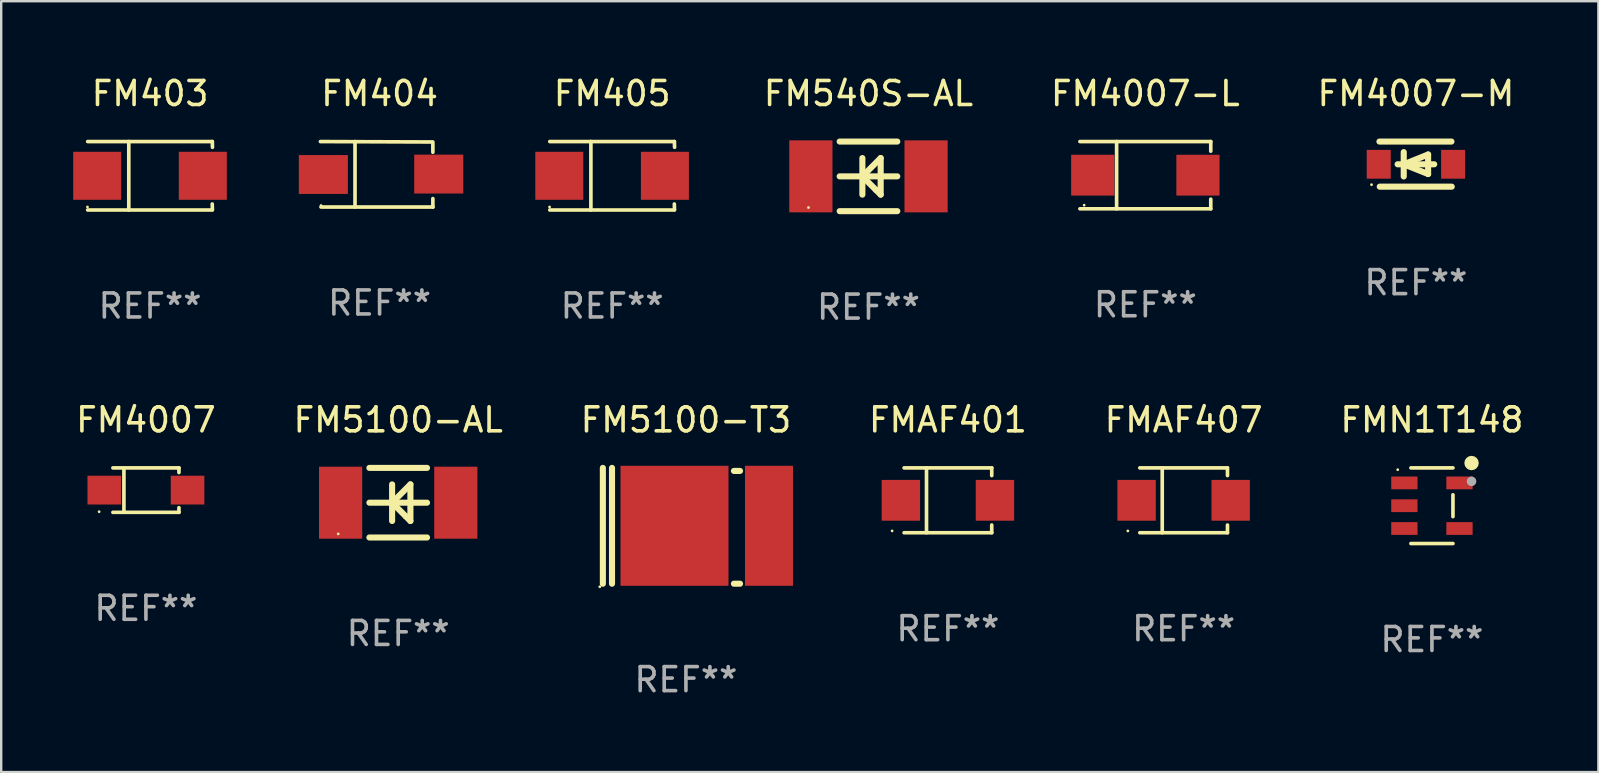
<source format=kicad_pcb>
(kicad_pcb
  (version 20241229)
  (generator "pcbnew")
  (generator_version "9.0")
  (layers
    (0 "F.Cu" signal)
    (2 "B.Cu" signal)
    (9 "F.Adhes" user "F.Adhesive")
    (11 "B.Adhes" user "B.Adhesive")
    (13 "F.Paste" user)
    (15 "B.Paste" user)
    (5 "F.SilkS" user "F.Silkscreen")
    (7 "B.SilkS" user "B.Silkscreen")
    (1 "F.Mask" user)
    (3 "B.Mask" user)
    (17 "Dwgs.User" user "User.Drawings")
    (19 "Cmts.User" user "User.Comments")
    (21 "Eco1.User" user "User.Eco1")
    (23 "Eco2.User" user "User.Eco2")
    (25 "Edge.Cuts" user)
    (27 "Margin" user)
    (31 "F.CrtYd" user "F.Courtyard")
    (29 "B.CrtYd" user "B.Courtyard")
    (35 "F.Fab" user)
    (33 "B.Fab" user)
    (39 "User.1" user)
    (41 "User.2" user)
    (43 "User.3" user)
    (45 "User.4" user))
  (footprint "FM5100-T3"
    (layer "F.Cu")
    (at 25.53 18.858)
    (property "Reference" "FM5100-T3" (at 0 -4.413 0) (layer "F.SilkS") (effects (font (size 1 1) (thickness 0.15))))
    (attr through_hole)
    (fp_line (start -3.461 -2.413) (end -3.461 2.413) (stroke (width 0.254) (type solid)) (layer "F.SilkS"))
    (fp_line (start -3.08 -2.413) (end -3.08 2.413) (stroke (width 0.254) (type solid)) (layer "F.SilkS"))
    (fp_line (start 2 -2.286) (end 2.254 -2.286) (stroke (width 0.254) (type solid)) (layer "F.SilkS"))
    (fp_line (start 2 2.413) (end 2.254 2.413) (stroke (width 0.254) (type solid)) (layer "F.SilkS"))
    (fp_circle (center -3.588 2.54) (end -3.558 2.54) (stroke (width 0.06) (type solid)) (fill no) (layer "F.SilkS"))
    (fp_text user "REF**" (at 0 6.413 0) (layer "F.Fab") (effects (font (size 1 1) (thickness 0.15))))
    (pad "1" smd rect (at -0.476 0 90) (size 5 4.5) (layers "F.Cu" "F.Mask" "F.Paste"))
    (pad "2" smd rect (at 3.461 0 90) (size 5 2) (layers "F.Cu" "F.Mask" "F.Paste")))
  (footprint "FM4007-M"
    (layer "F.Cu")
    (at 55.946 3.788)
    (property "Reference" "FM4007-M" (at 0 -2.94 0) (layer "F.SilkS") (effects (font (size 1 1) (thickness 0.15))))
    (attr through_hole)
    (fp_line (start -1.52 -0.94) (end 1.48 -0.94) (stroke (width 0.254) (type solid)) (layer "F.SilkS"))
    (fp_line (start -1.507 0.94) (end 1.493 0.94) (stroke (width 0.254) (type solid)) (layer "F.SilkS"))
    (fp_line (start -0.762 0.007) (end 0.762 0.007) (stroke (width 0.254) (type solid)) (layer "F.SilkS"))
    (fp_line (start -0.508 -0.501) (end -0.508 0.515) (stroke (width 0.254) (type solid)) (layer "F.SilkS"))
    (fp_line (start -0.508 0.007) (end 0.508 -0.4) (stroke (width 0.254) (type solid)) (layer "F.SilkS"))
    (fp_line (start 0.508 -0.4) (end 0.508 0.413) (stroke (width 0.254) (type solid)) (layer "F.SilkS"))
    (fp_line (start 0.508 0.413) (end -0.508 0.007) (stroke (width 0.254) (type solid)) (layer "F.SilkS"))
    (fp_circle (center -1.85 0.857) (end -1.82 0.857) (stroke (width 0.06) (type solid)) (fill no) (layer "F.SilkS"))
    (fp_text user "REF**" (at 0 4.94 0) (layer "F.Fab") (effects (font (size 1 1) (thickness 0.15))))
    (pad "1" smd rect (at -1.55 0.007) (size 1 1.2) (layers "F.Cu" "F.Mask" "F.Paste"))
    (pad "2" smd rect (at 1.55 0.007) (size 1 1.2) (layers "F.Cu" "F.Mask" "F.Paste")))
  (footprint "FMAF407"
    (layer "F.Cu")
    (at 46.268 17.796)
    (property "Reference" "FMAF407" (at 0 -3.351 0) (layer "F.SilkS") (effects (font (size 1 1) (thickness 0.15))))
    (attr through_hole)
    (fp_line (start -1.826 -1.351) (end 1.826 -1.351) (stroke (width 0.152) (type solid)) (layer "F.SilkS"))
    (fp_line (start -1.826 1.351) (end 1.826 1.351) (stroke (width 0.152) (type solid)) (layer "F.SilkS"))
    (fp_line (start -0.892 -1.351) (end -0.892 1.351) (stroke (width 0.152) (type solid)) (layer "F.SilkS"))
    (fp_line (start 1.826 -1.351) (end 1.826 -1.03) (stroke (width 0.152) (type solid)) (layer "F.SilkS"))
    (fp_line (start 1.826 1.03) (end 1.826 1.351) (stroke (width 0.152) (type solid)) (layer "F.SilkS"))
    (fp_circle (center -2.325 1.275) (end -2.295 1.275) (stroke (width 0.06) (type solid)) (fill no) (layer "F.SilkS"))
    (fp_text user "REF**" (at 0 5.351 0) (layer "F.Fab") (effects (font (size 1 1) (thickness 0.15))))
    (pad "1" smd rect (at -1.96 0 180) (size 1.6 1.7) (layers "F.Cu" "F.Mask" "F.Paste"))
    (pad "2" smd rect (at 1.96 0 180) (size 1.6 1.7) (layers "F.Cu" "F.Mask" "F.Paste")))
  (footprint "FM405"
    (layer "F.Cu")
    (at 22.457 4.274)
    (property "Reference" "FM405" (at 0 -3.426 0) (layer "F.SilkS") (effects (font (size 1 1) (thickness 0.15))))
    (attr through_hole)
    (fp_line (start -2.6 -1.426) (end 2.593 -1.426) (stroke (width 0.152) (type solid)) (layer "F.SilkS"))
    (fp_line (start -2.6 1.426) (end 2.593 1.426) (stroke (width 0.152) (type solid)) (layer "F.SilkS"))
    (fp_line (start -0.887 -1.426) (end -0.887 1.426) (stroke (width 0.152) (type solid)) (layer "F.SilkS"))
    (fp_line (start 2.59 1.176) (end 2.597 1.415) (stroke (width 0.152) (type solid)) (layer "F.SilkS"))
    (fp_line (start 2.593 -1.426) (end 2.6 -1.187) (stroke (width 0.152) (type solid)) (layer "F.SilkS"))
    (fp_circle (center -2.608 1.3) (end -2.578 1.3) (stroke (width 0.06) (type solid)) (fill no) (layer "F.SilkS"))
    (fp_text user "REF**" (at 0 5.426 0) (layer "F.Fab") (effects (font (size 1 1) (thickness 0.15))))
    (pad "1" smd rect (at -2.203 0 180) (size 2 2) (layers "F.Cu" "F.Mask" "F.Paste"))
    (pad "2" smd rect (at 2.197 0 180) (size 2 2) (layers "F.Cu" "F.Mask" "F.Paste")))
  (footprint "FM404"
    (layer "F.Cu")
    (at 12.766 4.212)
    (property "Reference" "FM404" (at 0 -3.364 0) (layer "F.SilkS") (effects (font (size 1 1) (thickness 0.15))))
    (attr through_hole)
    (fp_line (start -2.465 -1.364) (end 2.22 -1.346) (stroke (width 0.152) (type solid)) (layer "F.SilkS"))
    (fp_line (start -2.442 1.364) (end 2.226 1.364) (stroke (width 0.152) (type solid)) (layer "F.SilkS"))
    (fp_line (start -1.024 -1.364) (end -1.024 1.364) (stroke (width 0.152) (type solid)) (layer "F.SilkS"))
    (fp_line (start 2.22 -1.27) (end 2.22 -0.919) (stroke (width 0.152) (type solid)) (layer "F.SilkS"))
    (fp_line (start 2.22 1.364) (end 2.22 1.013) (stroke (width 0.152) (type solid)) (layer "F.SilkS"))
    (fp_circle (center -2.439 1.3) (end -2.409 1.3) (stroke (width 0.06) (type solid)) (fill no) (layer "F.SilkS"))
    (fp_text user "REF**" (at 0 5.364 0) (layer "F.Fab") (effects (font (size 1 1) (thickness 0.15))))
    (pad "1" smd rect (at -2.343 0.009) (size 2.046 1.62) (layers "F.Cu" "F.Mask" "F.Paste"))
    (pad "2" smd rect (at 2.465 -0.009 180) (size 2.046 1.62) (layers "F.Cu" "F.Mask" "F.Paste")))
  (footprint "FM540S-AL"
    (layer "F.Cu")
    (at 33.136 4.298)
    (property "Reference" "FM540S-AL" (at 0 -3.45 0) (layer "F.SilkS") (effects (font (size 1 1) (thickness 0.15))))
    (attr through_hole)
    (fp_line (start -1.2 -1.45) (end 1.2 -1.45) (stroke (width 0.254) (type solid)) (layer "F.SilkS"))
    (fp_line (start -1.2 0) (end 1.2 0) (stroke (width 0.254) (type solid)) (layer "F.SilkS"))
    (fp_line (start -1.2 1.45) (end 1.2 1.45) (stroke (width 0.254) (type solid)) (layer "F.SilkS"))
    (fp_line (start -0.254 0) (end 0.312 0.566) (stroke (width 0.254) (type solid)) (layer "F.SilkS"))
    (fp_line (start -0.254 0.762) (end -0.254 -0.762) (stroke (width 0.254) (type solid)) (layer "F.SilkS"))
    (fp_line (start 0.312 0.566) (end 0.508 0.762) (stroke (width 0.254) (type solid)) (layer "F.SilkS"))
    (fp_line (start 0.508 -0.762) (end -0.254 0) (stroke (width 0.254) (type solid)) (layer "F.SilkS"))
    (fp_line (start 0.508 0.762) (end 0.508 -0.762) (stroke (width 0.254) (type solid)) (layer "F.SilkS"))
    (fp_circle (center -2.5 1.3) (end -2.47 1.3) (stroke (width 0.06) (type solid)) (fill no) (layer "F.SilkS"))
    (fp_text user "REF**" (at 0 5.45 0) (layer "F.Fab") (effects (font (size 1 1) (thickness 0.15))))
    (pad "1" smd rect (at -2.4 0) (size 1.8 3) (layers "F.Cu" "F.Mask" "F.Paste"))
    (pad "2" smd rect (at 2.4 0) (size 1.8 3) (layers "F.Cu" "F.Mask" "F.Paste")))
  (footprint "FM403"
    (layer "F.Cu")
    (at 3.203 4.274)
    (property "Reference" "FM403" (at 0 -3.426 0) (layer "F.SilkS") (effects (font (size 1 1) (thickness 0.15))))
    (attr through_hole)
    (fp_line (start -2.6 -1.426) (end 2.593 -1.426) (stroke (width 0.152) (type solid)) (layer "F.SilkS"))
    (fp_line (start -2.6 1.426) (end 2.593 1.426) (stroke (width 0.152) (type solid)) (layer "F.SilkS"))
    (fp_line (start -0.887 -1.426) (end -0.887 1.426) (stroke (width 0.152) (type solid)) (layer "F.SilkS"))
    (fp_line (start 2.59 1.176) (end 2.597 1.415) (stroke (width 0.152) (type solid)) (layer "F.SilkS"))
    (fp_line (start 2.593 -1.426) (end 2.6 -1.187) (stroke (width 0.152) (type solid)) (layer "F.SilkS"))
    (fp_circle (center -2.608 1.3) (end -2.578 1.3) (stroke (width 0.06) (type solid)) (fill no) (layer "F.SilkS"))
    (fp_text user "REF**" (at 0 5.426 0) (layer "F.Fab") (effects (font (size 1 1) (thickness 0.15))))
    (pad "1" smd rect (at -2.203 0 180) (size 2 2) (layers "F.Cu" "F.Mask" "F.Paste"))
    (pad "2" smd rect (at 2.197 0 180) (size 2 2) (layers "F.Cu" "F.Mask" "F.Paste")))
  (footprint "FM4007-L"
    (layer "F.Cu")
    (at 44.672 4.249)
    (property "Reference" "FM4007-L" (at 0 -3.401 0) (layer "F.SilkS") (effects (font (size 1 1) (thickness 0.15))))
    (attr through_hole)
    (fp_line (start -2.726 -1.401) (end 2.726 -1.401) (stroke (width 0.152) (type solid)) (layer "F.SilkS"))
    (fp_line (start -2.726 1.401) (end 2.726 1.401) (stroke (width 0.152) (type solid)) (layer "F.SilkS"))
    (fp_line (start -1.197 -1.401) (end -1.197 1.401) (stroke (width 0.152) (type solid)) (layer "F.SilkS"))
    (fp_line (start 2.726 -1.401) (end 2.726 -1) (stroke (width 0.152) (type solid)) (layer "F.SilkS"))
    (fp_line (start 2.726 1.401) (end 2.726 1) (stroke (width 0.152) (type solid)) (layer "F.SilkS"))
    (fp_circle (center -2.55 1.25) (end -2.52 1.25) (stroke (width 0.06) (type solid)) (fill no) (layer "F.SilkS"))
    (fp_text user "REF**" (at 0 5.401 0) (layer "F.Fab") (effects (font (size 1 1) (thickness 0.15))))
    (pad "1" smd rect (at -2.192 0) (size 1.8 1.7) (layers "F.Cu" "F.Mask" "F.Paste"))
    (pad "2" smd rect (at 2.192 0) (size 1.8 1.7) (layers "F.Cu" "F.Mask" "F.Paste")))
  (footprint "FM5100-AL"
    (layer "F.Cu")
    (at 13.542 17.895)
    (property "Reference" "FM5100-AL" (at 0 -3.45 0) (layer "F.SilkS") (effects (font (size 1 1) (thickness 0.15))))
    (attr through_hole)
    (fp_line (start -1.2 -1.45) (end 1.2 -1.45) (stroke (width 0.254) (type solid)) (layer "F.SilkS"))
    (fp_line (start -1.2 0) (end 1.2 0) (stroke (width 0.254) (type solid)) (layer "F.SilkS"))
    (fp_line (start -1.2 1.45) (end 1.2 1.45) (stroke (width 0.254) (type solid)) (layer "F.SilkS"))
    (fp_line (start -0.254 0) (end 0.312 0.566) (stroke (width 0.254) (type solid)) (layer "F.SilkS"))
    (fp_line (start -0.254 0.762) (end -0.254 -0.762) (stroke (width 0.254) (type solid)) (layer "F.SilkS"))
    (fp_line (start 0.312 0.566) (end 0.508 0.762) (stroke (width 0.254) (type solid)) (layer "F.SilkS"))
    (fp_line (start 0.508 -0.762) (end -0.254 0) (stroke (width 0.254) (type solid)) (layer "F.SilkS"))
    (fp_line (start 0.508 0.762) (end 0.508 -0.762) (stroke (width 0.254) (type solid)) (layer "F.SilkS"))
    (fp_circle (center -2.5 1.3) (end -2.47 1.3) (stroke (width 0.06) (type solid)) (fill no) (layer "F.SilkS"))
    (fp_text user "REF**" (at 0 5.45 0) (layer "F.Fab") (effects (font (size 1 1) (thickness 0.15))))
    (pad "1" smd rect (at -2.4 0) (size 1.8 3) (layers "F.Cu" "F.Mask" "F.Paste"))
    (pad "2" smd rect (at 2.4 0) (size 1.8 3) (layers "F.Cu" "F.Mask" "F.Paste")))
  (footprint "FMAF401"
    (layer "F.Cu")
    (at 36.446 17.796)
    (property "Reference" "FMAF401" (at 0 -3.351 0) (layer "F.SilkS") (effects (font (size 1 1) (thickness 0.15))))
    (attr through_hole)
    (fp_line (start -1.826 -1.351) (end 1.826 -1.351) (stroke (width 0.152) (type solid)) (layer "F.SilkS"))
    (fp_line (start -1.826 1.351) (end 1.826 1.351) (stroke (width 0.152) (type solid)) (layer "F.SilkS"))
    (fp_line (start -0.892 -1.351) (end -0.892 1.351) (stroke (width 0.152) (type solid)) (layer "F.SilkS"))
    (fp_line (start 1.826 -1.351) (end 1.826 -1.03) (stroke (width 0.152) (type solid)) (layer "F.SilkS"))
    (fp_line (start 1.826 1.03) (end 1.826 1.351) (stroke (width 0.152) (type solid)) (layer "F.SilkS"))
    (fp_circle (center -2.325 1.275) (end -2.295 1.275) (stroke (width 0.06) (type solid)) (fill no) (layer "F.SilkS"))
    (fp_text user "REF**" (at 0 5.351 0) (layer "F.Fab") (effects (font (size 1 1) (thickness 0.15))))
    (pad "1" smd rect (at -1.96 0 180) (size 1.6 1.7) (layers "F.Cu" "F.Mask" "F.Paste"))
    (pad "2" smd rect (at 1.96 0 180) (size 1.6 1.7) (layers "F.Cu" "F.Mask" "F.Paste")))
  (footprint "FM4007"
    (layer "F.Cu")
    (at 3.03 17.371)
    (property "Reference" "FM4007" (at 0 -2.926 0) (layer "F.SilkS") (effects (font (size 1 1) (thickness 0.15))))
    (attr through_hole)
    (fp_line (start -1.376 -0.926) (end 1.376 -0.926) (stroke (width 0.152) (type solid)) (layer "F.SilkS"))
    (fp_line (start -1.376 0.926) (end 1.376 0.926) (stroke (width 0.152) (type solid)) (layer "F.SilkS"))
    (fp_line (start -0.917 -0.876) (end -0.917 0.876) (stroke (width 0.152) (type solid)) (layer "F.SilkS"))
    (fp_line (start 1.376 -0.926) (end 1.376 -0.733) (stroke (width 0.152) (type solid)) (layer "F.SilkS"))
    (fp_line (start 1.376 0.926) (end 1.376 0.733) (stroke (width 0.152) (type solid)) (layer "F.SilkS"))
    (fp_circle (center -1.95 0.9) (end -1.92 0.9) (stroke (width 0.06) (type solid)) (fill no) (layer "F.SilkS"))
    (fp_text user "REF**" (at 0 4.926 0) (layer "F.Fab") (effects (font (size 1 1) (thickness 0.15))))
    (pad "1" smd rect (at -1.735 0) (size 1.4 1.2) (layers "F.Cu" "F.Mask" "F.Paste"))
    (pad "2" smd rect (at 1.735 0) (size 1.4 1.2) (layers "F.Cu" "F.Mask" "F.Paste")))
  (footprint "FMN1T148"
    (layer "F.Cu")
    (at 56.613 18.021)
    (property "Reference" "FMN1T148" (at 0 -3.576 0) (layer "F.SilkS") (effects (font (size 1 1) (thickness 0.15))))
    (attr through_hole)
    (fp_line (start -0.876 -1.576) (end 0.876 -1.576) (stroke (width 0.152) (type solid)) (layer "F.SilkS"))
    (fp_line (start -0.876 1.576) (end 0.876 1.576) (stroke (width 0.152) (type solid)) (layer "F.SilkS"))
    (fp_line (start 0.876 0.455) (end 0.876 -0.455) (stroke (width 0.152) (type solid)) (layer "F.SilkS"))
    (fp_circle (center -1.425 -1.5) (end -1.395 -1.5) (stroke (width 0.06) (type solid)) (fill no) (layer "F.SilkS"))
    (fp_circle (center 1.651 -1.778) (end 1.801 -1.778) (stroke (width 0.3) (type solid)) (fill no) (layer "F.SilkS"))
    (fp_circle (center 1.651 -1.016) (end 1.751 -1.016) (stroke (width 0.2) (type solid)) (fill no) (layer "F.Fab"))
    (fp_text user "REF**" (at 0 5.576 0) (layer "F.Fab") (effects (font (size 1 1) (thickness 0.15))))
    (pad "1" smd rect (at 1.148 -0.95) (size 1.095 0.532) (layers "F.Cu" "F.Mask" "F.Paste"))
    (pad "2" smd rect (at 1.148 0.95) (size 1.095 0.532) (layers "F.Cu" "F.Mask" "F.Paste"))
    (pad "3" smd rect (at -1.148 0.95) (size 1.095 0.532) (layers "F.Cu" "F.Mask" "F.Paste"))
    (pad "4" smd rect (at -1.148 0) (size 1.095 0.532) (layers "F.Cu" "F.Mask" "F.Paste"))
    (pad "5" smd rect (at -1.148 -0.95) (size 1.095 0.532) (layers "F.Cu" "F.Mask" "F.Paste")))
  (gr_rect
    (start -3 -3)
    (end 63.548 29.119)
    (stroke (width 0.1) (type default))
    (fill no)
    (layer "Edge.Cuts")))
</source>
